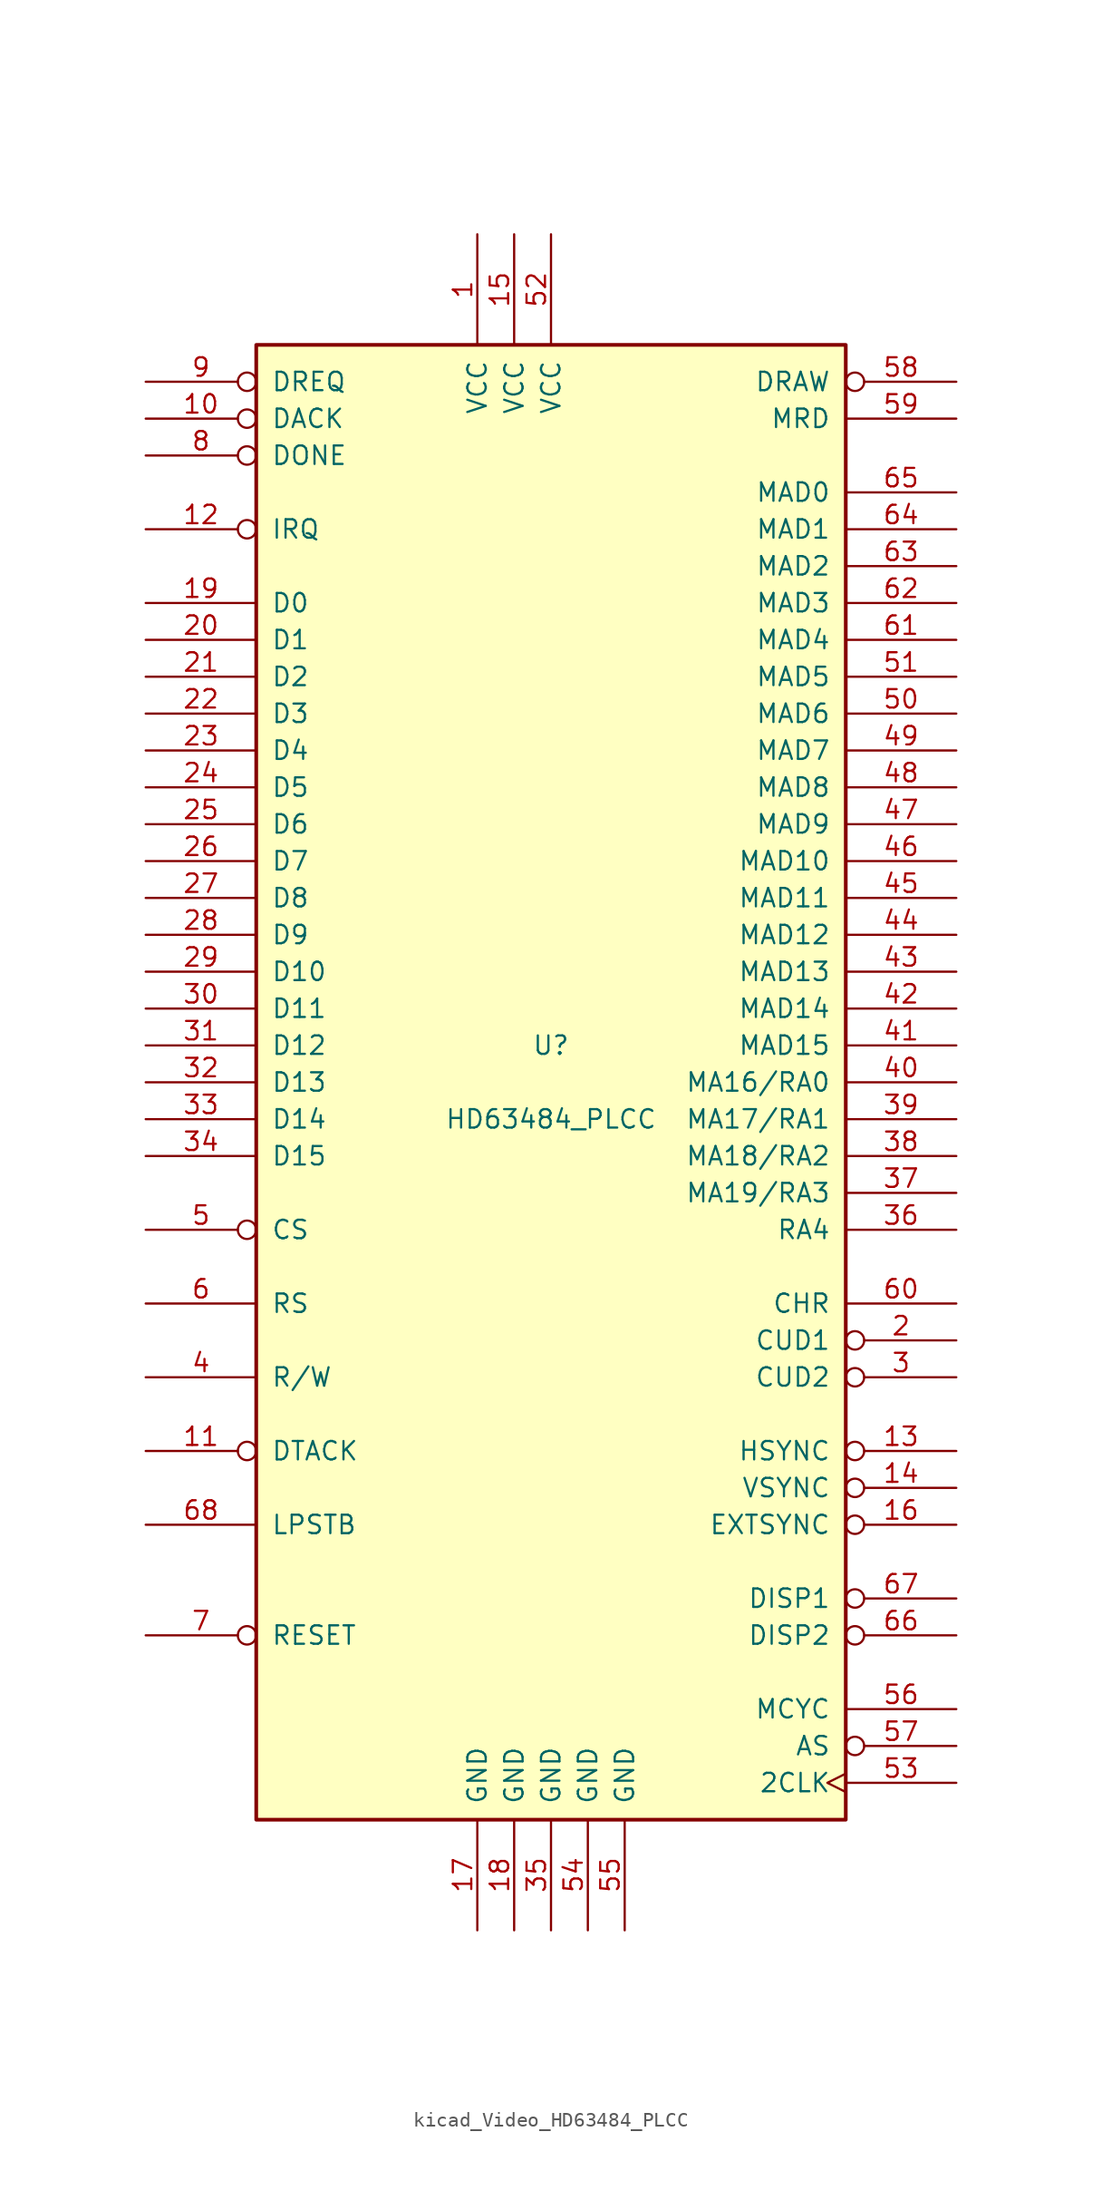
<source format=kicad_sym>
(kicad_symbol_lib
  (version 20220914)
  (generator kicad_symbol_editor)
  (symbol "kicad_Video_HD63484_PLCC"
    (pin_names
      (offset 1.016))
    (property "Reference" "U"
      (at 0 2.54 0)
      (effects (font (size 1.27 1.27))))
    (property "Value" "HD63484_PLCC"
      (at 0 -2.54 0)
      (effects (font (size 1.27 1.27))))
    (symbol "kicad_Video_HD63484_PLCC_0_1"
      (rectangle (start -20.32 -50.8) (end 20.32 50.8) (stroke (width 0.254) (type default)) (fill (type background))))
    (symbol "kicad_Video_HD63484_PLCC_1_1"
      (pin input line (at -5.08 58.42 270) (length 7.62) (name "VCC" (effects (font (size 1.27 1.27)))) (number "1" (effects (font (size 1.27 1.27)))))
      (pin input inverted (at -27.94 45.72 0) (length 7.62) (name "DACK" (effects (font (size 1.27 1.27)))) (number "10" (effects (font (size 1.27 1.27)))))
      (pin output inverted (at -27.94 -25.4 0) (length 7.62) (name "DTACK" (effects (font (size 1.27 1.27)))) (number "11" (effects (font (size 1.27 1.27)))))
      (pin output inverted (at -27.94 38.1 0) (length 7.62) (name "IRQ" (effects (font (size 1.27 1.27)))) (number "12" (effects (font (size 1.27 1.27)))))
      (pin output inverted (at 27.94 -25.4 180) (length 7.62) (name "HSYNC" (effects (font (size 1.27 1.27)))) (number "13" (effects (font (size 1.27 1.27)))))
      (pin output inverted (at 27.94 -27.94 180) (length 7.62) (name "VSYNC" (effects (font (size 1.27 1.27)))) (number "14" (effects (font (size 1.27 1.27)))))
      (pin input line (at -2.54 58.42 270) (length 7.62) (name "VCC" (effects (font (size 1.27 1.27)))) (number "15" (effects (font (size 1.27 1.27)))))
      (pin input inverted (at 27.94 -30.48 180) (length 7.62) (name "EXTSYNC" (effects (font (size 1.27 1.27)))) (number "16" (effects (font (size 1.27 1.27)))))
      (pin input line (at -5.08 -58.42 90) (length 7.62) (name "GND" (effects (font (size 1.27 1.27)))) (number "17" (effects (font (size 1.27 1.27)))))
      (pin input line (at -2.54 -58.42 90) (length 7.62) (name "GND" (effects (font (size 1.27 1.27)))) (number "18" (effects (font (size 1.27 1.27)))))
      (pin tri_state line (at -27.94 33.02 0) (length 7.62) (name "D0" (effects (font (size 1.27 1.27)))) (number "19" (effects (font (size 1.27 1.27)))))
      (pin output inverted (at 27.94 -17.78 180) (length 7.62) (name "CUD1" (effects (font (size 1.27 1.27)))) (number "2" (effects (font (size 1.27 1.27)))))
      (pin tri_state line (at -27.94 30.48 0) (length 7.62) (name "D1" (effects (font (size 1.27 1.27)))) (number "20" (effects (font (size 1.27 1.27)))))
      (pin tri_state line (at -27.94 27.94 0) (length 7.62) (name "D2" (effects (font (size 1.27 1.27)))) (number "21" (effects (font (size 1.27 1.27)))))
      (pin tri_state line (at -27.94 25.4 0) (length 7.62) (name "D3" (effects (font (size 1.27 1.27)))) (number "22" (effects (font (size 1.27 1.27)))))
      (pin tri_state line (at -27.94 22.86 0) (length 7.62) (name "D4" (effects (font (size 1.27 1.27)))) (number "23" (effects (font (size 1.27 1.27)))))
      (pin tri_state line (at -27.94 20.32 0) (length 7.62) (name "D5" (effects (font (size 1.27 1.27)))) (number "24" (effects (font (size 1.27 1.27)))))
      (pin tri_state line (at -27.94 17.78 0) (length 7.62) (name "D6" (effects (font (size 1.27 1.27)))) (number "25" (effects (font (size 1.27 1.27)))))
      (pin tri_state line (at -27.94 15.24 0) (length 7.62) (name "D7" (effects (font (size 1.27 1.27)))) (number "26" (effects (font (size 1.27 1.27)))))
      (pin tri_state line (at -27.94 12.7 0) (length 7.62) (name "D8" (effects (font (size 1.27 1.27)))) (number "27" (effects (font (size 1.27 1.27)))))
      (pin tri_state line (at -27.94 10.16 0) (length 7.62) (name "D9" (effects (font (size 1.27 1.27)))) (number "28" (effects (font (size 1.27 1.27)))))
      (pin tri_state line (at -27.94 7.62 0) (length 7.62) (name "D10" (effects (font (size 1.27 1.27)))) (number "29" (effects (font (size 1.27 1.27)))))
      (pin output inverted (at 27.94 -20.32 180) (length 7.62) (name "CUD2" (effects (font (size 1.27 1.27)))) (number "3" (effects (font (size 1.27 1.27)))))
      (pin tri_state line (at -27.94 5.08 0) (length 7.62) (name "D11" (effects (font (size 1.27 1.27)))) (number "30" (effects (font (size 1.27 1.27)))))
      (pin tri_state line (at -27.94 2.54 0) (length 7.62) (name "D12" (effects (font (size 1.27 1.27)))) (number "31" (effects (font (size 1.27 1.27)))))
      (pin tri_state line (at -27.94 0 0) (length 7.62) (name "D13" (effects (font (size 1.27 1.27)))) (number "32" (effects (font (size 1.27 1.27)))))
      (pin tri_state line (at -27.94 -2.54 0) (length 7.62) (name "D14" (effects (font (size 1.27 1.27)))) (number "33" (effects (font (size 1.27 1.27)))))
      (pin tri_state line (at -27.94 -5.08 0) (length 7.62) (name "D15" (effects (font (size 1.27 1.27)))) (number "34" (effects (font (size 1.27 1.27)))))
      (pin input line (at 0 -58.42 90) (length 7.62) (name "GND" (effects (font (size 1.27 1.27)))) (number "35" (effects (font (size 1.27 1.27)))))
      (pin output line (at 27.94 -10.16 180) (length 7.62) (name "RA4" (effects (font (size 1.27 1.27)))) (number "36" (effects (font (size 1.27 1.27)))))
      (pin output line (at 27.94 -7.62 180) (length 7.62) (name "MA19/RA3" (effects (font (size 1.27 1.27)))) (number "37" (effects (font (size 1.27 1.27)))))
      (pin output line (at 27.94 -5.08 180) (length 7.62) (name "MA18/RA2" (effects (font (size 1.27 1.27)))) (number "38" (effects (font (size 1.27 1.27)))))
      (pin output line (at 27.94 -2.54 180) (length 7.62) (name "MA17/RA1" (effects (font (size 1.27 1.27)))) (number "39" (effects (font (size 1.27 1.27)))))
      (pin input line (at -27.94 -20.32 0) (length 7.62) (name "R/W" (effects (font (size 1.27 1.27)))) (number "4" (effects (font (size 1.27 1.27)))))
      (pin output line (at 27.94 0 180) (length 7.62) (name "MA16/RA0" (effects (font (size 1.27 1.27)))) (number "40" (effects (font (size 1.27 1.27)))))
      (pin tri_state line (at 27.94 2.54 180) (length 7.62) (name "MAD15" (effects (font (size 1.27 1.27)))) (number "41" (effects (font (size 1.27 1.27)))))
      (pin tri_state line (at 27.94 5.08 180) (length 7.62) (name "MAD14" (effects (font (size 1.27 1.27)))) (number "42" (effects (font (size 1.27 1.27)))))
      (pin tri_state line (at 27.94 7.62 180) (length 7.62) (name "MAD13" (effects (font (size 1.27 1.27)))) (number "43" (effects (font (size 1.27 1.27)))))
      (pin tri_state line (at 27.94 10.16 180) (length 7.62) (name "MAD12" (effects (font (size 1.27 1.27)))) (number "44" (effects (font (size 1.27 1.27)))))
      (pin tri_state line (at 27.94 12.7 180) (length 7.62) (name "MAD11" (effects (font (size 1.27 1.27)))) (number "45" (effects (font (size 1.27 1.27)))))
      (pin tri_state line (at 27.94 15.24 180) (length 7.62) (name "MAD10" (effects (font (size 1.27 1.27)))) (number "46" (effects (font (size 1.27 1.27)))))
      (pin tri_state line (at 27.94 17.78 180) (length 7.62) (name "MAD9" (effects (font (size 1.27 1.27)))) (number "47" (effects (font (size 1.27 1.27)))))
      (pin tri_state line (at 27.94 20.32 180) (length 7.62) (name "MAD8" (effects (font (size 1.27 1.27)))) (number "48" (effects (font (size 1.27 1.27)))))
      (pin tri_state line (at 27.94 22.86 180) (length 7.62) (name "MAD7" (effects (font (size 1.27 1.27)))) (number "49" (effects (font (size 1.27 1.27)))))
      (pin input inverted (at -27.94 -10.16 0) (length 7.62) (name "CS" (effects (font (size 1.27 1.27)))) (number "5" (effects (font (size 1.27 1.27)))))
      (pin tri_state line (at 27.94 25.4 180) (length 7.62) (name "MAD6" (effects (font (size 1.27 1.27)))) (number "50" (effects (font (size 1.27 1.27)))))
      (pin tri_state line (at 27.94 27.94 180) (length 7.62) (name "MAD5" (effects (font (size 1.27 1.27)))) (number "51" (effects (font (size 1.27 1.27)))))
      (pin input line (at 0 58.42 270) (length 7.62) (name "VCC" (effects (font (size 1.27 1.27)))) (number "52" (effects (font (size 1.27 1.27)))))
      (pin input clock (at 27.94 -48.26 180) (length 7.62) (name "2CLK" (effects (font (size 1.27 1.27)))) (number "53" (effects (font (size 1.27 1.27)))))
      (pin input line (at 2.54 -58.42 90) (length 7.62) (name "GND" (effects (font (size 1.27 1.27)))) (number "54" (effects (font (size 1.27 1.27)))))
      (pin input line (at 5.08 -58.42 90) (length 7.62) (name "GND" (effects (font (size 1.27 1.27)))) (number "55" (effects (font (size 1.27 1.27)))))
      (pin output line (at 27.94 -43.18 180) (length 7.62) (name "MCYC" (effects (font (size 1.27 1.27)))) (number "56" (effects (font (size 1.27 1.27)))))
      (pin output inverted (at 27.94 -45.72 180) (length 7.62) (name "AS" (effects (font (size 1.27 1.27)))) (number "57" (effects (font (size 1.27 1.27)))))
      (pin output inverted (at 27.94 48.26 180) (length 7.62) (name "DRAW" (effects (font (size 1.27 1.27)))) (number "58" (effects (font (size 1.27 1.27)))))
      (pin output line (at 27.94 45.72 180) (length 7.62) (name "MRD" (effects (font (size 1.27 1.27)))) (number "59" (effects (font (size 1.27 1.27)))))
      (pin input line (at -27.94 -15.24 0) (length 7.62) (name "RS" (effects (font (size 1.27 1.27)))) (number "6" (effects (font (size 1.27 1.27)))))
      (pin output line (at 27.94 -15.24 180) (length 7.62) (name "CHR" (effects (font (size 1.27 1.27)))) (number "60" (effects (font (size 1.27 1.27)))))
      (pin tri_state line (at 27.94 30.48 180) (length 7.62) (name "MAD4" (effects (font (size 1.27 1.27)))) (number "61" (effects (font (size 1.27 1.27)))))
      (pin tri_state line (at 27.94 33.02 180) (length 7.62) (name "MAD3" (effects (font (size 1.27 1.27)))) (number "62" (effects (font (size 1.27 1.27)))))
      (pin tri_state line (at 27.94 35.56 180) (length 7.62) (name "MAD2" (effects (font (size 1.27 1.27)))) (number "63" (effects (font (size 1.27 1.27)))))
      (pin tri_state line (at 27.94 38.1 180) (length 7.62) (name "MAD1" (effects (font (size 1.27 1.27)))) (number "64" (effects (font (size 1.27 1.27)))))
      (pin tri_state line (at 27.94 40.64 180) (length 7.62) (name "MAD0" (effects (font (size 1.27 1.27)))) (number "65" (effects (font (size 1.27 1.27)))))
      (pin output inverted (at 27.94 -38.1 180) (length 7.62) (name "DISP2" (effects (font (size 1.27 1.27)))) (number "66" (effects (font (size 1.27 1.27)))))
      (pin output inverted (at 27.94 -35.56 180) (length 7.62) (name "DISP1" (effects (font (size 1.27 1.27)))) (number "67" (effects (font (size 1.27 1.27)))))
      (pin input line (at -27.94 -30.48 0) (length 7.62) (name "LPSTB" (effects (font (size 1.27 1.27)))) (number "68" (effects (font (size 1.27 1.27)))))
      (pin input inverted (at -27.94 -38.1 0) (length 7.62) (name "RESET" (effects (font (size 1.27 1.27)))) (number "7" (effects (font (size 1.27 1.27)))))
      (pin input inverted (at -27.94 43.18 0) (length 7.62) (name "DONE" (effects (font (size 1.27 1.27)))) (number "8" (effects (font (size 1.27 1.27)))))
      (pin output inverted (at -27.94 48.26 0) (length 7.62) (name "DREQ" (effects (font (size 1.27 1.27)))) (number "9" (effects (font (size 1.27 1.27))))))))
</source>
